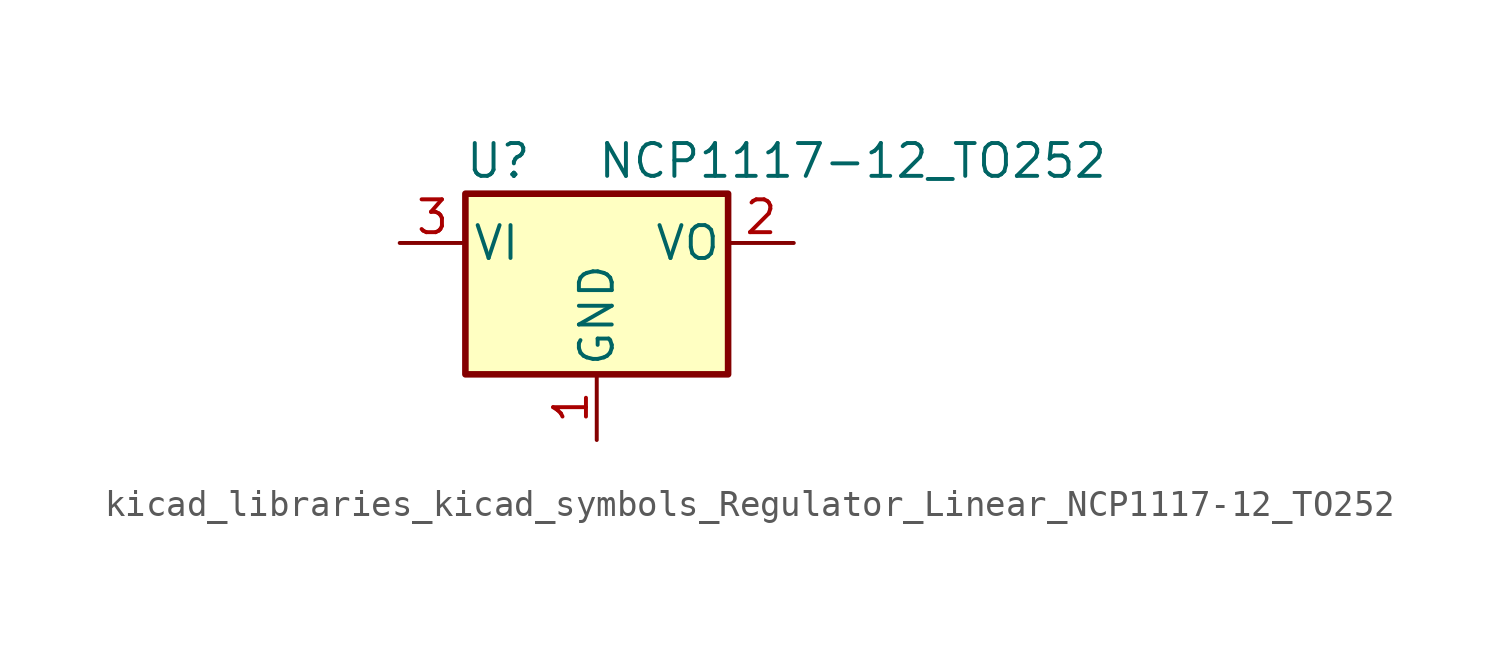
<source format=kicad_sym>
(kicad_symbol_lib
  (version 20220914)
  (generator kicad_symbol_editor)
  (symbol "kicad_libraries_kicad_symbols_Regulator_Linear_NCP1117-12_TO252"
    (pin_names
      (offset 0.254))
    (property "Reference" "U"
      (at -3.81 3.175 0)
      (effects (font (size 1.27 1.27))))
    (property "Value" "NCP1117-12_TO252"
      (at 0 3.175 0)
      (effects (font (size 1.27 1.27)) (justify left)))
    (symbol "kicad_libraries_kicad_symbols_Regulator_Linear_NCP1117-12_TO252_0_1"
      (rectangle (start -5.08 1.905) (end 5.08 -5.08) (stroke (width 0.254) (type default)) (fill (type background))))
    (symbol "kicad_libraries_kicad_symbols_Regulator_Linear_NCP1117-12_TO252_1_1"
      (pin power_in line (at 0 -7.62 90) (length 2.54) (name "GND" (effects (font (size 1.27 1.27)))) (number "1" (effects (font (size 1.27 1.27)))))
      (pin power_out line (at 7.62 0 180) (length 2.54) (name "VO" (effects (font (size 1.27 1.27)))) (number "2" (effects (font (size 1.27 1.27)))))
      (pin power_in line (at -7.62 0 0) (length 2.54) (name "VI" (effects (font (size 1.27 1.27)))) (number "3" (effects (font (size 1.27 1.27))))))))
</source>
